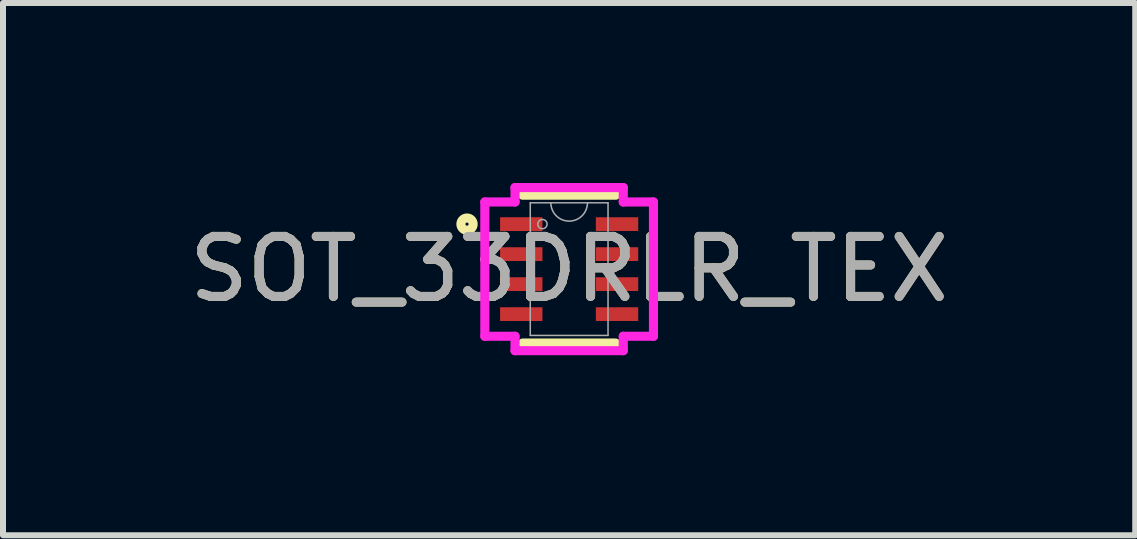
<source format=kicad_pcb>
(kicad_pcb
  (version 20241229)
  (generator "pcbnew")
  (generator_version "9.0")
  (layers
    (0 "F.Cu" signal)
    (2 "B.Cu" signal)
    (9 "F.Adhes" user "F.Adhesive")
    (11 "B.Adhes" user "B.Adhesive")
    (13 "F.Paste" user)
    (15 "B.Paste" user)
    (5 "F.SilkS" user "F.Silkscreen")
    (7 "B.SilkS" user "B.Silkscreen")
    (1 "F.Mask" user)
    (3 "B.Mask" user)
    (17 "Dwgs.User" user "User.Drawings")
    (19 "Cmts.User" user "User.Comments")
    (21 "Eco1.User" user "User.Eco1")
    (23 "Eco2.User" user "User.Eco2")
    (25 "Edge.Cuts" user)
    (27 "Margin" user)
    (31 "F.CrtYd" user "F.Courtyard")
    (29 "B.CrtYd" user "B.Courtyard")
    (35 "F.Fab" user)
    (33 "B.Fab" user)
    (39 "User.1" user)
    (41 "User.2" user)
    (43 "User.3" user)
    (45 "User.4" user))
  (footprint "SOT_33DRLR_TEX"
    (layer "F.Cu")
    (at 6.435 1.435)
    (property "Reference" "SOT_33DRLR_TEX" (at 0 0 0) (unlocked yes) (layer "F.SilkS") (effects (font (size 1 1) (thickness 0.15))))
    (attr smd)
    (fp_line (start -0.775 1.232) (end 0.775 1.232) (stroke (width 0.152) (type solid)) (layer "F.SilkS"))
    (fp_line (start 0.775 -1.232) (end -0.775 -1.232) (stroke (width 0.152) (type solid)) (layer "F.SilkS"))
    (fp_circle (center -1.702 -0.75) (end -1.6 -0.75) (stroke (width 0.152) (type solid)) (fill no) (layer "F.SilkS"))
    (fp_line (start -1.405 -1.119) (end -0.902 -1.119) (stroke (width 0.152) (type solid)) (layer "F.CrtYd"))
    (fp_line (start -1.405 1.119) (end -1.405 -1.119) (stroke (width 0.152) (type solid)) (layer "F.CrtYd"))
    (fp_line (start -1.405 1.119) (end -0.902 1.119) (stroke (width 0.152) (type solid)) (layer "F.CrtYd"))
    (fp_line (start -0.902 -1.359) (end 0.902 -1.359) (stroke (width 0.152) (type solid)) (layer "F.CrtYd"))
    (fp_line (start -0.902 -1.119) (end -0.902 -1.359) (stroke (width 0.152) (type solid)) (layer "F.CrtYd"))
    (fp_line (start -0.902 1.359) (end -0.902 1.119) (stroke (width 0.152) (type solid)) (layer "F.CrtYd"))
    (fp_line (start 0.902 -1.359) (end 0.902 -1.119) (stroke (width 0.152) (type solid)) (layer "F.CrtYd"))
    (fp_line (start 0.902 1.119) (end 0.902 1.359) (stroke (width 0.152) (type solid)) (layer "F.CrtYd"))
    (fp_line (start 0.902 1.359) (end -0.902 1.359) (stroke (width 0.152) (type solid)) (layer "F.CrtYd"))
    (fp_line (start 1.405 -1.119) (end 0.902 -1.119) (stroke (width 0.152) (type solid)) (layer "F.CrtYd"))
    (fp_line (start 1.405 -1.119) (end 1.405 1.119) (stroke (width 0.152) (type solid)) (layer "F.CrtYd"))
    (fp_line (start 1.405 1.119) (end 0.902 1.119) (stroke (width 0.152) (type solid)) (layer "F.CrtYd"))
    (fp_line (start -0.648 -1.105) (end -0.648 1.105) (stroke (width 0.025) (type solid)) (layer "F.Fab"))
    (fp_line (start -0.648 1.105) (end 0.648 1.105) (stroke (width 0.025) (type solid)) (layer "F.Fab"))
    (fp_line (start 0.648 -1.105) (end -0.648 -1.105) (stroke (width 0.025) (type solid)) (layer "F.Fab"))
    (fp_line (start 0.648 1.105) (end 0.648 -1.105) (stroke (width 0.025) (type solid)) (layer "F.Fab"))
    (fp_arc (start 0.3048 -1.1049) (mid 0 -0.8001) (end -0.3048 -1.1049) (stroke (width 0.0254) (type solid)) (layer "F.Fab"))
    (fp_circle (center -0.445 -0.75) (end -0.368 -0.75) (stroke (width 0.025) (type solid)) (fill no) (layer "F.Fab"))
    (fp_text user "${REFERENCE}" (at 0 0 0) (unlocked yes) (layer "F.Fab") (effects (font (size 1 1) (thickness 0.15))))
    (pad "1" smd rect (at -0.798 -0.75) (size 0.706 0.229) (layers "F.Cu" "F.Mask" "F.Paste"))
    (pad "2" smd rect (at -0.798 -0.25) (size 0.706 0.229) (layers "F.Cu" "F.Mask" "F.Paste"))
    (pad "3" smd rect (at -0.798 0.25) (size 0.706 0.229) (layers "F.Cu" "F.Mask" "F.Paste"))
    (pad "4" smd rect (at -0.798 0.75) (size 0.706 0.229) (layers "F.Cu" "F.Mask" "F.Paste"))
    (pad "5" smd rect (at 0.798 0.75) (size 0.706 0.229) (layers "F.Cu" "F.Mask" "F.Paste"))
    (pad "6" smd rect (at 0.798 0.25) (size 0.706 0.229) (layers "F.Cu" "F.Mask" "F.Paste"))
    (pad "7" smd rect (at 0.798 -0.25) (size 0.706 0.229) (layers "F.Cu" "F.Mask" "F.Paste"))
    (pad "8" smd rect (at 0.798 -0.75) (size 0.706 0.229) (layers "F.Cu" "F.Mask" "F.Paste")))
  (gr_rect
    (start -3 -3)
    (end 15.869 5.87)
    (stroke (width 0.1) (type default))
    (fill no)
    (layer "Edge.Cuts")))
</source>
